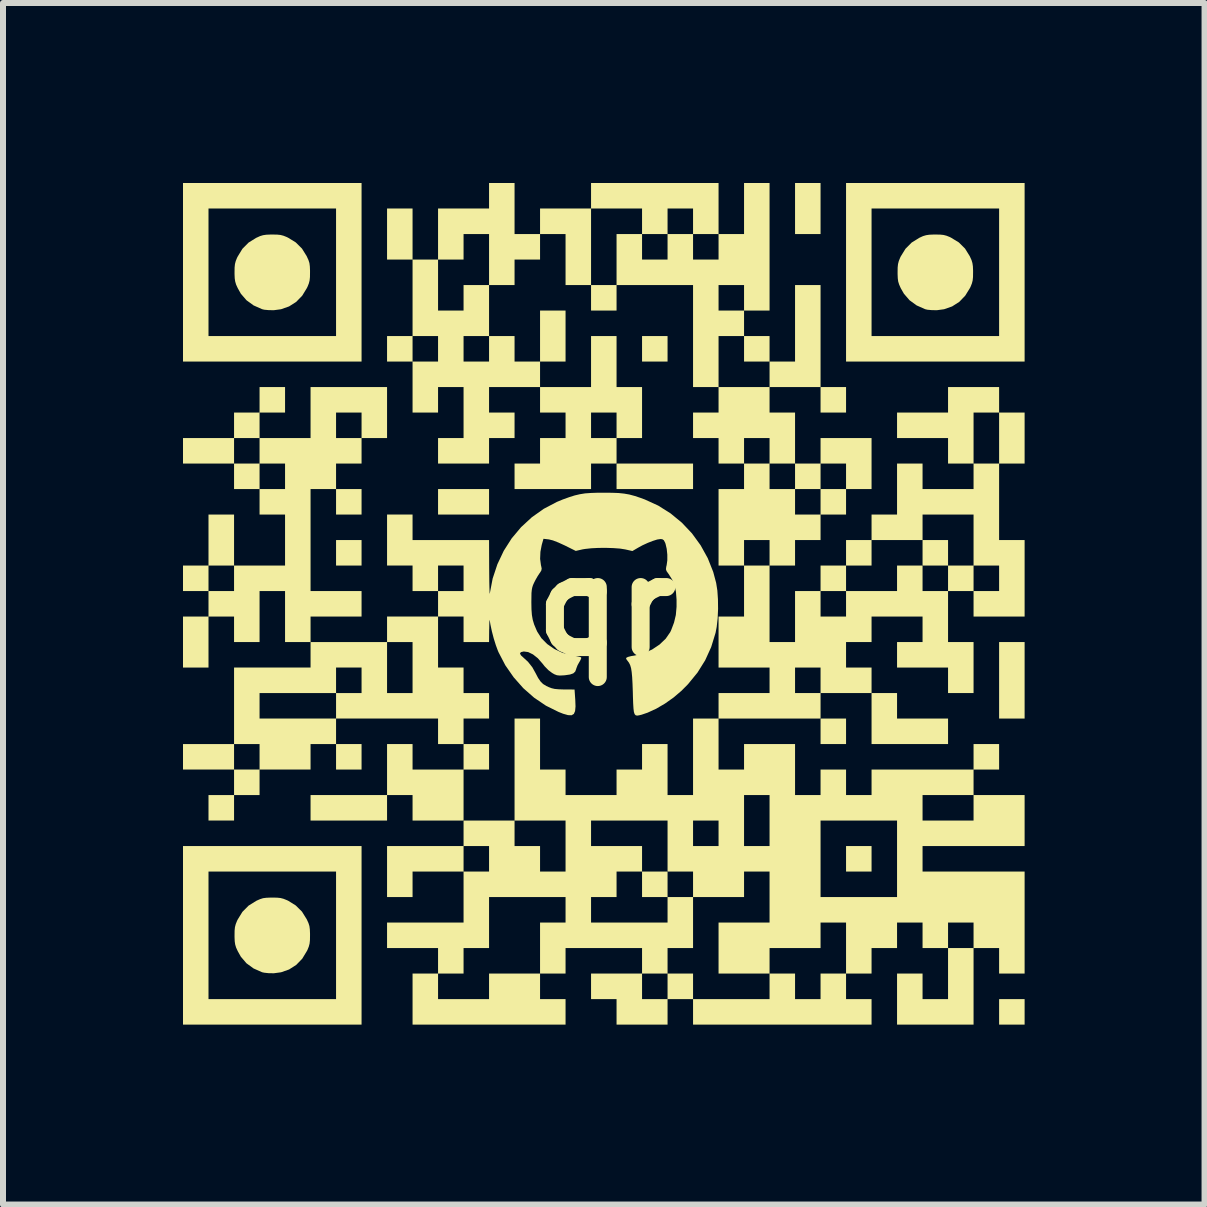
<source format=kicad_pcb>
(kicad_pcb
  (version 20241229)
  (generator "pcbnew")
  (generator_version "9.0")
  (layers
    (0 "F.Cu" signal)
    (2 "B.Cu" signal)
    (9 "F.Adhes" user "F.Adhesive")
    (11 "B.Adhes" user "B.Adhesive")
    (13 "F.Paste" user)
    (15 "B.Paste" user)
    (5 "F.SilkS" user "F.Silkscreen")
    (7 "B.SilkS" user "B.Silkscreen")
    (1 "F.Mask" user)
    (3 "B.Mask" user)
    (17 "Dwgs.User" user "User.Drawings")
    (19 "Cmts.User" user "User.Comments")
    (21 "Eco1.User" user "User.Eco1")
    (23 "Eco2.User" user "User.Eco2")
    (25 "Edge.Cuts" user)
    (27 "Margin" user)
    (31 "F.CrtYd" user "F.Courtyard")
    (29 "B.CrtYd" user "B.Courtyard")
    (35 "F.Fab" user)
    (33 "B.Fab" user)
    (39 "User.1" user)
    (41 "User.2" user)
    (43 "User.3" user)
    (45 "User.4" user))
  (footprint "qr"
    (layer "F.Cu")
    (at 7.056 7.056)
    (property "Reference" "qr" (at 0 0 0) (layer "F.SilkS") (effects (font (size 1.5 1.5) (thickness 0.3))))
    (attr board_only exclude_from_pos_files exclude_from_bom)
    (fp_poly (pts (xy -4.08 -1.743) (xy -4.08 -1.53) (xy -4.293 -1.53) (xy -4.505 -1.53) (xy -4.505 -1.743) (xy -4.505 -1.955) (xy -4.293 -1.955) (xy -4.08 -1.955)) (stroke (width 0) (type solid)) (fill yes) (layer "F.SilkS"))
    (fp_poly (pts (xy -4.08 -0.893) (xy -4.08 -0.68) (xy -4.293 -0.68) (xy -4.505 -0.68) (xy -4.505 -0.893) (xy -4.505 -1.105) (xy -4.293 -1.105) (xy -4.08 -1.105)) (stroke (width 0) (type solid)) (fill yes) (layer "F.SilkS"))
    (fp_poly (pts (xy -4.08 2.508) (xy -4.08 2.72) (xy -4.293 2.72) (xy -4.505 2.72) (xy -4.505 2.508) (xy -4.505 2.295) (xy -4.293 2.295) (xy -4.08 2.295)) (stroke (width 0) (type solid)) (fill yes) (layer "F.SilkS"))
    (fp_poly (pts (xy -1.955 -1.743) (xy -1.955 -1.53) (xy -2.38 -1.53) (xy -2.805 -1.53) (xy -2.805 -1.743) (xy -2.805 -1.955) (xy -2.38 -1.955) (xy -1.955 -1.955)) (stroke (width 0) (type solid)) (fill yes) (layer "F.SilkS"))
    (fp_poly (pts (xy 1.02 -4.293) (xy 1.02 -4.08) (xy 0.808 -4.08) (xy 0.595 -4.08) (xy 0.595 -4.293) (xy 0.595 -4.505) (xy 0.808 -4.505) (xy 1.02 -4.505)) (stroke (width 0) (type solid)) (fill yes) (layer "F.SilkS"))
    (fp_poly (pts (xy 1.02 4.633) (xy 1.02 4.845) (xy 0.808 4.845) (xy 0.595 4.845) (xy 0.595 4.633) (xy 0.595 4.42) (xy 0.808 4.42) (xy 1.02 4.42)) (stroke (width 0) (type solid)) (fill yes) (layer "F.SilkS"))
    (fp_poly (pts (xy 1.445 -2.168) (xy 1.445 -1.955) (xy 0.808 -1.955) (xy 0.17 -1.955) (xy 0.17 -2.168) (xy 0.17 -2.38) (xy 0.808 -2.38) (xy 1.445 -2.38)) (stroke (width 0) (type solid)) (fill yes) (layer "F.SilkS"))
    (fp_poly (pts (xy 3.57 -6.631) (xy 3.57 -6.205) (xy 3.358 -6.205) (xy 3.145 -6.205) (xy 3.145 -6.631) (xy 3.145 -7.056) (xy 3.358 -7.056) (xy 3.57 -7.056)) (stroke (width 0) (type solid)) (fill yes) (layer "F.SilkS"))
    (fp_poly (pts (xy 3.995 -3.443) (xy 3.995 -3.23) (xy 3.783 -3.23) (xy 3.57 -3.23) (xy 3.57 -3.443) (xy 3.57 -3.655) (xy 3.783 -3.655) (xy 3.995 -3.655)) (stroke (width 0) (type solid)) (fill yes) (layer "F.SilkS"))
    (fp_poly (pts (xy 3.995 2.083) (xy 3.995 2.295) (xy 3.783 2.295) (xy 3.57 2.295) (xy 3.57 2.083) (xy 3.57 1.87) (xy 3.783 1.87) (xy 3.995 1.87)) (stroke (width 0) (type solid)) (fill yes) (layer "F.SilkS"))
    (fp_poly (pts (xy 4.42 4.208) (xy 4.42 4.42) (xy 4.208 4.42) (xy 3.995 4.42) (xy 3.995 4.208) (xy 3.995 3.995) (xy 4.208 3.995) (xy 4.42 3.995)) (stroke (width 0) (type solid)) (fill yes) (layer "F.SilkS"))
    (fp_poly (pts (xy 5.695 -0.893) (xy 5.695 -0.68) (xy 5.483 -0.68) (xy 5.27 -0.68) (xy 5.27 -0.893) (xy 5.27 -1.105) (xy 5.483 -1.105) (xy 5.695 -1.105)) (stroke (width 0) (type solid)) (fill yes) (layer "F.SilkS"))
    (fp_poly (pts (xy 6.971 1.233) (xy 6.971 1.87) (xy 6.758 1.87) (xy 6.546 1.87) (xy 6.546 1.233) (xy 6.546 0.595) (xy 6.758 0.595) (xy 6.971 0.595)) (stroke (width 0) (type solid)) (fill yes) (layer "F.SilkS"))
    (fp_poly (pts (xy 6.971 6.758) (xy 6.971 6.971) (xy 6.758 6.971) (xy 6.546 6.971) (xy 6.546 6.758) (xy 6.546 6.546) (xy 6.758 6.546) (xy 6.971 6.546)) (stroke (width 0) (type solid)) (fill yes) (layer "F.SilkS"))
    (fp_poly (pts (xy 4.845 1.658) (xy 4.845 1.87) (xy 5.27 1.87) (xy 5.695 1.87) (xy 5.695 2.083) (xy 5.695 2.295) (xy 5.058 2.295) (xy 4.42 2.295) (xy 4.42 1.87) (xy 4.42 1.445) (xy 4.633 1.445) (xy 4.845 1.445)) (stroke (width 0) (type solid)) (fill yes) (layer "F.SilkS"))
    (fp_poly (pts (xy -4.08 -5.568) (xy -4.08 -4.08) (xy -5.568 -4.08) (xy -7.056 -4.08) (xy -7.056 -5.568) (xy -7.056 -6.631) (xy -6.631 -6.631) (xy -6.631 -5.568) (xy -6.631 -4.505) (xy -5.568 -4.505) (xy -4.505 -4.505) (xy -4.505 -5.568) (xy -4.505 -6.631) (xy -5.568 -6.631) (xy -6.631 -6.631) (xy -7.056 -6.631) (xy -7.056 -7.056) (xy -5.568 -7.056) (xy -4.08 -7.056)) (stroke (width 0) (type solid)) (fill yes) (layer "F.SilkS"))
    (fp_poly (pts (xy -4.08 5.483) (xy -4.08 6.971) (xy -5.568 6.971) (xy -7.056 6.971) (xy -7.056 5.483) (xy -7.056 4.42) (xy -6.631 4.42) (xy -6.631 5.483) (xy -6.631 6.546) (xy -5.568 6.546) (xy -4.505 6.546) (xy -4.505 5.483) (xy -4.505 4.42) (xy -5.568 4.42) (xy -6.631 4.42) (xy -7.056 4.42) (xy -7.056 3.995) (xy -5.568 3.995) (xy -4.08 3.995)) (stroke (width 0) (type solid)) (fill yes) (layer "F.SilkS"))
    (fp_poly (pts (xy 6.971 -5.568) (xy 6.971 -4.08) (xy 5.483 -4.08) (xy 3.995 -4.08) (xy 3.995 -5.568) (xy 3.995 -6.631) (xy 4.42 -6.631) (xy 4.42 -5.568) (xy 4.42 -4.505) (xy 5.483 -4.505) (xy 6.546 -4.505) (xy 6.546 -5.568) (xy 6.546 -6.631) (xy 5.483 -6.631) (xy 4.42 -6.631) (xy 3.995 -6.631) (xy 3.995 -7.056) (xy 5.483 -7.056) (xy 6.971 -7.056)) (stroke (width 0) (type solid)) (fill yes) (layer "F.SilkS"))
    (fp_poly (pts (xy -5.489 -6.196) (xy -5.431 -6.19) (xy -5.381 -6.177) (xy -5.326 -6.155) (xy -5.304 -6.144) (xy -5.177 -6.066) (xy -5.073 -5.963) (xy -4.994 -5.836) (xy -4.992 -5.831) (xy -4.965 -5.772) (xy -4.949 -5.722) (xy -4.942 -5.668) (xy -4.939 -5.598) (xy -4.939 -5.568) (xy -4.94 -5.489) (xy -4.946 -5.431) (xy -4.959 -5.381) (xy -4.981 -5.326) (xy -4.992 -5.304) (xy -5.069 -5.178) (xy -5.169 -5.075) (xy -5.288 -4.999) (xy -5.422 -4.952) (xy -5.541 -4.936) (xy -5.626 -4.937) (xy -5.701 -4.944) (xy -5.738 -4.953) (xy -5.88 -5.016) (xy -5.998 -5.102) (xy -6.092 -5.211) (xy -6.144 -5.304) (xy -6.171 -5.363) (xy -6.186 -5.414) (xy -6.194 -5.467) (xy -6.197 -5.538) (xy -6.197 -5.568) (xy -6.196 -5.647) (xy -6.19 -5.705) (xy -6.177 -5.755) (xy -6.155 -5.81) (xy -6.144 -5.831) (xy -6.066 -5.959) (xy -5.963 -6.063) (xy -5.836 -6.142) (xy -5.831 -6.144) (xy -5.772 -6.171) (xy -5.722 -6.186) (xy -5.668 -6.194) (xy -5.598 -6.197) (xy -5.568 -6.197)) (stroke (width 0) (type solid)) (fill yes) (layer "F.SilkS"))
    (fp_poly (pts (xy -5.489 4.855) (xy -5.431 4.861) (xy -5.381 4.874) (xy -5.326 4.896) (xy -5.304 4.906) (xy -5.177 4.985) (xy -5.073 5.088) (xy -4.994 5.215) (xy -4.992 5.219) (xy -4.965 5.278) (xy -4.949 5.329) (xy -4.942 5.382) (xy -4.939 5.453) (xy -4.939 5.483) (xy -4.94 5.562) (xy -4.946 5.62) (xy -4.959 5.67) (xy -4.981 5.725) (xy -4.992 5.746) (xy -5.069 5.873) (xy -5.169 5.976) (xy -5.288 6.052) (xy -5.422 6.099) (xy -5.541 6.115) (xy -5.626 6.114) (xy -5.701 6.106) (xy -5.738 6.098) (xy -5.88 6.035) (xy -5.998 5.949) (xy -6.092 5.839) (xy -6.144 5.746) (xy -6.171 5.687) (xy -6.186 5.637) (xy -6.194 5.583) (xy -6.197 5.513) (xy -6.197 5.483) (xy -6.196 5.404) (xy -6.19 5.346) (xy -6.177 5.296) (xy -6.155 5.241) (xy -6.144 5.219) (xy -6.066 5.092) (xy -5.963 4.988) (xy -5.836 4.909) (xy -5.831 4.906) (xy -5.772 4.88) (xy -5.722 4.864) (xy -5.668 4.857) (xy -5.598 4.854) (xy -5.568 4.854)) (stroke (width 0) (type solid)) (fill yes) (layer "F.SilkS"))
    (fp_poly (pts (xy 5.562 -6.196) (xy 5.62 -6.19) (xy 5.67 -6.177) (xy 5.725 -6.155) (xy 5.746 -6.144) (xy 5.874 -6.066) (xy 5.978 -5.963) (xy 6.057 -5.836) (xy 6.059 -5.831) (xy 6.086 -5.772) (xy 6.101 -5.722) (xy 6.109 -5.668) (xy 6.112 -5.598) (xy 6.112 -5.568) (xy 6.111 -5.489) (xy 6.105 -5.431) (xy 6.092 -5.381) (xy 6.07 -5.326) (xy 6.059 -5.304) (xy 5.981 -5.178) (xy 5.882 -5.075) (xy 5.763 -4.999) (xy 5.629 -4.952) (xy 5.51 -4.936) (xy 5.425 -4.937) (xy 5.35 -4.944) (xy 5.313 -4.953) (xy 5.171 -5.016) (xy 5.053 -5.102) (xy 4.959 -5.211) (xy 4.906 -5.304) (xy 4.88 -5.363) (xy 4.864 -5.414) (xy 4.857 -5.467) (xy 4.854 -5.538) (xy 4.854 -5.568) (xy 4.855 -5.647) (xy 4.861 -5.705) (xy 4.874 -5.755) (xy 4.896 -5.81) (xy 4.906 -5.831) (xy 4.985 -5.959) (xy 5.088 -6.063) (xy 5.215 -6.142) (xy 5.219 -6.144) (xy 5.278 -6.171) (xy 5.329 -6.186) (xy 5.382 -6.194) (xy 5.453 -6.197) (xy 5.483 -6.197)) (stroke (width 0) (type solid)) (fill yes) (layer "F.SilkS"))
    (fp_poly (pts (xy -5.355 -3.443) (xy -5.355 -3.23) (xy -5.568 -3.23) (xy -5.78 -3.23) (xy -5.78 -3.018) (xy -5.78 -2.805) (xy -5.355 -2.805) (xy -4.93 -2.805) (xy -4.93 -3.23) (xy -4.505 -3.23) (xy -4.505 -3.018) (xy -4.505 -2.805) (xy -4.293 -2.805) (xy -4.08 -2.805) (xy -4.08 -3.018) (xy -4.08 -3.23) (xy -4.293 -3.23) (xy -4.505 -3.23) (xy -4.93 -3.23) (xy -4.93 -3.655) (xy -4.293 -3.655) (xy -3.655 -3.655) (xy -3.655 -3.23) (xy -3.655 -2.805) (xy -3.868 -2.805) (xy -4.08 -2.805) (xy -4.08 -2.593) (xy -4.08 -2.38) (xy -4.293 -2.38) (xy -4.505 -2.38) (xy -4.505 -2.168) (xy -4.505 -1.955) (xy -4.718 -1.955) (xy -4.93 -1.955) (xy -4.93 -1.105) (xy -4.93 -0.255) (xy -4.505 -0.255) (xy -4.08 -0.255) (xy -4.08 -0.043) (xy -4.08 0.17) (xy -4.505 0.17) (xy -4.93 0.17) (xy -4.93 0.383) (xy -4.93 0.595) (xy -4.293 0.595) (xy -3.655 0.595) (xy -3.655 1.02) (xy -3.655 1.445) (xy -3.443 1.445) (xy -3.23 1.445) (xy -3.23 1.02) (xy -3.23 0.595) (xy -3.443 0.595) (xy -3.655 0.595) (xy -3.655 0.383) (xy -3.655 0.17) (xy -3.23 0.17) (xy -2.805 0.17) (xy -2.805 -0.043) (xy -2.805 -0.255) (xy -3.018 -0.255) (xy -3.23 -0.255) (xy -3.23 -0.468) (xy -3.23 -0.68) (xy -2.805 -0.68) (xy -2.805 -0.468) (xy -2.805 -0.255) (xy -2.593 -0.255) (xy -2.38 -0.255) (xy -2.38 -0.468) (xy -2.38 -0.68) (xy -2.593 -0.68) (xy -2.805 -0.68) (xy -3.23 -0.68) (xy -3.443 -0.68) (xy -3.655 -0.68) (xy -3.655 -1.105) (xy -3.655 -1.53) (xy -3.443 -1.53) (xy -3.23 -1.53) (xy -3.23 -1.318) (xy -3.23 -1.105) (xy -2.593 -1.105) (xy -1.955 -1.105) (xy -1.953 -0.633) (xy -1.952 -0.514) (xy -1.951 -0.409) (xy -1.949 -0.322) (xy -1.947 -0.258) (xy -1.946 -0.219) (xy -1.944 -0.211) (xy -1.943 -0.213) (xy -1.895 -0.464) (xy -1.816 -0.702) (xy -1.71 -0.926) (xy -1.578 -1.133) (xy -1.421 -1.32) (xy -1.242 -1.485) (xy -1.043 -1.626) (xy -0.824 -1.741) (xy -0.727 -1.781) (xy -0.619 -1.82) (xy -0.527 -1.849) (xy -0.441 -1.869) (xy -0.354 -1.883) (xy -0.256 -1.89) (xy -0.139 -1.894) (xy -0.043 -1.894) (xy 0.093 -1.893) (xy 0.203 -1.889) (xy 0.297 -1.879) (xy 0.383 -1.864) (xy 0.469 -1.841) (xy 0.566 -1.809) (xy 0.642 -1.781) (xy 0.865 -1.679) (xy 1.071 -1.549) (xy 1.259 -1.394) (xy 1.427 -1.216) (xy 1.571 -1.018) (xy 1.69 -0.803) (xy 1.781 -0.574) (xy 1.83 -0.391) (xy 1.85 -0.264) (xy 1.86 -0.116) (xy 1.862 0.042) (xy 1.855 0.199) (xy 1.839 0.343) (xy 1.82 0.442) (xy 1.747 0.679) (xy 1.647 0.899) (xy 1.519 1.104) (xy 1.361 1.297) (xy 1.252 1.407) (xy 1.122 1.518) (xy 0.978 1.62) (xy 0.831 1.706) (xy 0.687 1.772) (xy 0.587 1.806) (xy 0.545 1.816) (xy 0.512 1.821) (xy 0.488 1.815) (xy 0.471 1.796) (xy 0.459 1.759) (xy 0.452 1.702) (xy 0.447 1.62) (xy 0.443 1.51) (xy 0.441 1.426) (xy 0.436 1.288) (xy 0.43 1.179) (xy 0.422 1.094) (xy 0.412 1.03) (xy 0.397 0.98) (xy 0.378 0.941) (xy 0.353 0.907) (xy 0.345 0.897) (xy 0.329 0.874) (xy 0.333 0.857) (xy 0.36 0.843) (xy 0.413 0.829) (xy 0.475 0.819) (xy 0.624 0.781) (xy 0.763 0.719) (xy 0.886 0.637) (xy 0.989 0.539) (xy 1.065 0.429) (xy 1.08 0.397) (xy 1.128 0.27) (xy 1.158 0.144) (xy 1.17 0.007) (xy 1.17 -0.111) (xy 1.16 -0.242) (xy 1.136 -0.351) (xy 1.096 -0.447) (xy 1.038 -0.539) (xy 1.029 -0.551) (xy 1.003 -0.588) (xy 0.993 -0.619) (xy 0.998 -0.659) (xy 1.005 -0.688) (xy 1.016 -0.767) (xy 1.016 -0.862) (xy 1.006 -0.958) (xy 0.987 -1.04) (xy 0.98 -1.06) (xy 0.958 -1.102) (xy 0.932 -1.119) (xy 0.901 -1.122) (xy 0.848 -1.114) (xy 0.775 -1.091) (xy 0.69 -1.058) (xy 0.601 -1.017) (xy 0.528 -0.977) (xy 0.434 -0.922) (xy 0.315 -0.949) (xy 0.227 -0.963) (xy 0.116 -0.971) (xy -0.007 -0.975) (xy -0.134 -0.974) (xy -0.252 -0.968) (xy -0.353 -0.957) (xy -0.396 -0.95) (xy -0.51 -0.924) (xy -0.693 -1.015) (xy -0.8 -1.064) (xy -0.89 -1.099) (xy -0.959 -1.116) (xy -0.962 -1.116) (xy -1.048 -1.126) (xy -1.077 -1.025) (xy -1.099 -0.909) (xy -1.104 -0.791) (xy -1.09 -0.686) (xy -1.087 -0.675) (xy -1.078 -0.63) (xy -1.084 -0.597) (xy -1.108 -0.558) (xy -1.114 -0.551) (xy -1.146 -0.502) (xy -1.182 -0.439) (xy -1.204 -0.395) (xy -1.223 -0.353) (xy -1.235 -0.315) (xy -1.243 -0.273) (xy -1.248 -0.22) (xy -1.249 -0.146) (xy -1.25 -0.068) (xy -1.248 0.05) (xy -1.241 0.144) (xy -1.227 0.224) (xy -1.204 0.301) (xy -1.169 0.384) (xy -1.153 0.42) (xy -1.083 0.53) (xy -0.986 0.628) (xy -0.868 0.71) (xy -0.732 0.774) (xy -0.586 0.815) (xy -0.561 0.819) (xy -0.498 0.83) (xy -0.448 0.841) (xy -0.421 0.85) (xy -0.42 0.851) (xy -0.42 0.87) (xy -0.437 0.906) (xy -0.449 0.926) (xy -0.479 0.979) (xy -0.5 1.033) (xy -0.503 1.045) (xy -0.519 1.087) (xy -0.551 1.117) (xy -0.606 1.136) (xy -0.689 1.148) (xy -0.713 1.15) (xy -0.778 1.153) (xy -0.824 1.148) (xy -0.866 1.132) (xy -0.904 1.11) (xy -0.964 1.065) (xy -1.028 1) (xy -1.066 0.952) (xy -1.142 0.865) (xy -1.223 0.801) (xy -1.303 0.762) (xy -1.376 0.752) (xy -1.424 0.763) (xy -1.44 0.785) (xy -1.423 0.817) (xy -1.401 0.837) (xy -1.306 0.924) (xy -1.234 1.015) (xy -1.18 1.112) (xy -1.137 1.194) (xy -1.097 1.252) (xy -1.055 1.294) (xy -1.001 1.327) (xy -0.963 1.345) (xy -0.913 1.364) (xy -0.862 1.376) (xy -0.798 1.382) (xy -0.712 1.385) (xy -0.703 1.385) (xy -0.53 1.386) (xy -0.518 1.56) (xy -0.514 1.668) (xy -0.521 1.745) (xy -0.542 1.793) (xy -0.58 1.815) (xy -0.638 1.813) (xy -0.72 1.79) (xy -0.796 1.76) (xy -1.006 1.656) (xy -1.203 1.523) (xy -1.384 1.364) (xy -1.545 1.182) (xy -1.684 0.982) (xy -1.796 0.767) (xy -1.808 0.739) (xy -1.842 0.647) (xy -1.877 0.535) (xy -1.908 0.416) (xy -1.932 0.304) (xy -1.944 0.23) (xy -1.946 0.226) (xy -1.949 0.251) (xy -1.951 0.302) (xy -1.952 0.373) (xy -1.953 0.387) (xy -1.955 0.595) (xy -2.168 0.595) (xy -2.38 0.595) (xy -2.38 0.383) (xy -2.38 0.17) (xy -2.593 0.17) (xy -2.805 0.17) (xy -2.805 0.595) (xy -2.805 1.02) (xy -2.593 1.02) (xy -2.38 1.02) (xy -2.38 1.233) (xy -2.38 1.445) (xy -2.168 1.445) (xy -1.955 1.445) (xy -1.955 1.658) (xy -1.955 1.87) (xy -2.168 1.87) (xy -2.38 1.87) (xy -2.38 2.083) (xy -2.38 2.295) (xy -2.593 2.295) (xy -2.805 2.295) (xy -2.805 2.083) (xy -2.805 1.87) (xy -3.655 1.87) (xy -4.505 1.87) (xy -4.505 2.083) (xy -4.505 2.295) (xy -4.718 2.295) (xy -4.93 2.295) (xy -4.93 2.508) (xy -4.93 2.72) (xy -5.355 2.72) (xy -5.78 2.72) (xy -5.78 2.933) (xy -5.78 3.145) (xy -5.993 3.145) (xy -6.205 3.145) (xy -6.205 3.358) (xy -6.205 3.57) (xy -6.418 3.57) (xy -6.631 3.57) (xy -6.631 3.358) (xy -6.631 3.145) (xy -6.418 3.145) (xy -6.205 3.145) (xy -6.205 2.933) (xy -6.205 2.72) (xy -6.631 2.72) (xy -7.056 2.72) (xy -7.056 2.508) (xy -7.056 2.295) (xy -6.631 2.295) (xy -6.205 2.295) (xy -6.205 2.508) (xy -6.205 2.72) (xy -5.993 2.72) (xy -5.78 2.72) (xy -5.78 2.508) (xy -5.78 2.295) (xy -5.993 2.295) (xy -6.205 2.295) (xy -6.205 1.87) (xy -5.78 1.87) (xy -5.143 1.87) (xy -4.505 1.87) (xy -4.505 1.658) (xy -4.505 1.445) (xy -4.293 1.445) (xy -4.08 1.445) (xy -4.08 1.233) (xy -4.08 1.02) (xy -4.293 1.02) (xy -4.505 1.02) (xy -4.505 1.233) (xy -4.505 1.445) (xy -5.143 1.445) (xy -5.78 1.445) (xy -5.78 1.658) (xy -5.78 1.87) (xy -6.205 1.87) (xy -6.205 1.658) (xy -6.205 1.02) (xy -5.568 1.02) (xy -4.93 1.02) (xy -4.93 0.808) (xy -4.93 0.595) (xy -5.143 0.595) (xy -5.355 0.595) (xy -5.355 0.17) (xy -5.355 -0.255) (xy -5.568 -0.255) (xy -5.78 -0.255) (xy -5.78 0.17) (xy -5.78 0.595) (xy -5.993 0.595) (xy -6.205 0.595) (xy -6.205 0.383) (xy -6.205 0.17) (xy -6.418 0.17) (xy -6.631 0.17) (xy -6.631 0.595) (xy -6.631 1.02) (xy -6.843 1.02) (xy -7.056 1.02) (xy -7.056 0.595) (xy -7.056 0.17) (xy -6.843 0.17) (xy -6.631 0.17) (xy -6.631 -0.043) (xy -6.631 -0.255) (xy -6.843 -0.255) (xy -7.056 -0.255) (xy -7.056 -0.468) (xy -7.056 -0.68) (xy -6.843 -0.68) (xy -6.631 -0.68) (xy -6.631 -0.468) (xy -6.631 -0.255) (xy -6.418 -0.255) (xy -6.205 -0.255) (xy -6.205 -0.468) (xy -6.205 -0.68) (xy -6.418 -0.68) (xy -6.631 -0.68) (xy -6.631 -1.105) (xy -6.631 -1.53) (xy -6.418 -1.53) (xy -6.205 -1.53) (xy -6.205 -1.105) (xy -6.205 -0.68) (xy -5.78 -0.68) (xy -5.355 -0.68) (xy -5.355 -1.105) (xy -5.355 -1.53) (xy -5.568 -1.53) (xy -5.78 -1.53) (xy -5.78 -1.743) (xy -5.78 -1.955) (xy -5.993 -1.955) (xy -6.205 -1.955) (xy -6.205 -2.168) (xy -6.205 -2.38) (xy -6.631 -2.38) (xy -7.056 -2.38) (xy -7.056 -2.593) (xy -7.056 -2.805) (xy -6.631 -2.805) (xy -6.205 -2.805) (xy -6.205 -2.593) (xy -6.205 -2.38) (xy -5.993 -2.38) (xy -5.78 -2.38) (xy -5.78 -2.168) (xy -5.78 -1.955) (xy -5.568 -1.955) (xy -5.355 -1.955) (xy -5.355 -2.168) (xy -5.355 -2.38) (xy -5.568 -2.38) (xy -5.78 -2.38) (xy -5.78 -2.593) (xy -5.78 -2.805) (xy -5.993 -2.805) (xy -6.205 -2.805) (xy -6.205 -3.018) (xy -6.205 -3.23) (xy -5.993 -3.23) (xy -5.78 -3.23) (xy -5.78 -3.443) (xy -5.78 -3.655) (xy -5.568 -3.655) (xy -5.355 -3.655)) (stroke (width 0) (type solid)) (fill yes) (layer "F.SilkS"))
    (fp_poly (pts (xy -1.53 -6.631) (xy -1.53 -6.205) (xy -1.318 -6.205) (xy -1.105 -6.205) (xy -1.105 -6.418) (xy -1.105 -6.631) (xy -0.68 -6.631) (xy -0.255 -6.631) (xy -0.255 -5.993) (xy -0.255 -5.355) (xy -0.043 -5.355) (xy 0.17 -5.355) (xy 0.17 -5.78) (xy 0.17 -6.205) (xy 0.383 -6.205) (xy 0.595 -6.205) (xy 0.595 -5.993) (xy 0.595 -5.78) (xy 0.808 -5.78) (xy 1.02 -5.78) (xy 1.02 -5.993) (xy 1.02 -6.205) (xy 1.233 -6.205) (xy 1.445 -6.205) (xy 1.445 -5.993) (xy 1.445 -5.78) (xy 1.658 -5.78) (xy 1.87 -5.78) (xy 1.87 -5.993) (xy 1.87 -6.205) (xy 1.658 -6.205) (xy 1.445 -6.205) (xy 1.445 -6.418) (xy 1.445 -6.631) (xy 1.233 -6.631) (xy 1.02 -6.631) (xy 1.02 -6.418) (xy 1.02 -6.205) (xy 0.808 -6.205) (xy 0.595 -6.205) (xy 0.595 -6.418) (xy 0.595 -6.631) (xy 0.17 -6.631) (xy -0.255 -6.631) (xy -0.255 -6.843) (xy -0.255 -7.056) (xy 0.808 -7.056) (xy 1.87 -7.056) (xy 1.87 -6.631) (xy 1.87 -6.205) (xy 2.083 -6.205) (xy 2.295 -6.205) (xy 2.295 -6.631) (xy 2.295 -7.056) (xy 2.508 -7.056) (xy 2.72 -7.056) (xy 2.72 -5.993) (xy 2.72 -4.93) (xy 2.508 -4.93) (xy 2.295 -4.93) (xy 2.295 -4.718) (xy 2.295 -4.505) (xy 2.083 -4.505) (xy 1.87 -4.505) (xy 1.87 -4.08) (xy 1.87 -3.655) (xy 2.295 -3.655) (xy 2.72 -3.655) (xy 2.72 -3.868) (xy 2.72 -4.08) (xy 2.508 -4.08) (xy 2.295 -4.08) (xy 2.295 -4.293) (xy 2.295 -4.505) (xy 2.508 -4.505) (xy 2.72 -4.505) (xy 2.72 -4.293) (xy 2.72 -4.08) (xy 2.933 -4.08) (xy 3.145 -4.08) (xy 3.145 -4.718) (xy 3.145 -5.355) (xy 3.358 -5.355) (xy 3.57 -5.355) (xy 3.57 -4.505) (xy 3.57 -3.655) (xy 3.145 -3.655) (xy 2.72 -3.655) (xy 2.72 -3.443) (xy 2.72 -3.23) (xy 2.933 -3.23) (xy 3.145 -3.23) (xy 3.145 -2.805) (xy 3.145 -2.38) (xy 3.358 -2.38) (xy 3.57 -2.38) (xy 3.57 -2.593) (xy 3.57 -2.805) (xy 3.995 -2.805) (xy 4.42 -2.805) (xy 4.42 -2.38) (xy 4.42 -1.955) (xy 4.208 -1.955) (xy 3.995 -1.955) (xy 3.995 -1.743) (xy 3.995 -1.53) (xy 3.783 -1.53) (xy 3.57 -1.53) (xy 3.57 -1.318) (xy 3.57 -1.105) (xy 3.358 -1.105) (xy 3.145 -1.105) (xy 3.145 -0.893) (xy 3.145 -0.68) (xy 2.933 -0.68) (xy 2.72 -0.68) (xy 2.72 -0.043) (xy 2.72 0.595) (xy 2.933 0.595) (xy 3.145 0.595) (xy 3.145 0.17) (xy 3.57 0.17) (xy 3.783 0.17) (xy 3.995 0.17) (xy 3.995 -0.043) (xy 3.995 -0.255) (xy 4.42 -0.255) (xy 4.845 -0.255) (xy 4.845 -0.468) (xy 4.845 -0.68) (xy 5.058 -0.68) (xy 5.27 -0.68) (xy 5.27 -0.468) (xy 5.27 -0.255) (xy 5.483 -0.255) (xy 5.695 -0.255) (xy 5.695 -0.468) (xy 5.695 -0.68) (xy 5.908 -0.68) (xy 6.12 -0.68) (xy 6.12 -0.468) (xy 6.12 -0.255) (xy 6.333 -0.255) (xy 6.546 -0.255) (xy 6.546 -0.468) (xy 6.546 -0.68) (xy 6.333 -0.68) (xy 6.12 -0.68) (xy 6.12 -1.105) (xy 6.12 -1.53) (xy 5.695 -1.53) (xy 5.27 -1.53) (xy 5.27 -1.318) (xy 5.27 -1.105) (xy 4.845 -1.105) (xy 4.42 -1.105) (xy 4.42 -0.893) (xy 4.42 -0.68) (xy 4.208 -0.68) (xy 3.995 -0.68) (xy 3.995 -0.468) (xy 3.995 -0.255) (xy 3.783 -0.255) (xy 3.57 -0.255) (xy 3.57 -0.043) (xy 3.57 0.17) (xy 3.145 0.17) (xy 3.145 -0.255) (xy 3.358 -0.255) (xy 3.57 -0.255) (xy 3.57 -0.468) (xy 3.57 -0.68) (xy 3.783 -0.68) (xy 3.995 -0.68) (xy 3.995 -0.893) (xy 3.995 -1.105) (xy 4.208 -1.105) (xy 4.42 -1.105) (xy 4.42 -1.318) (xy 4.42 -1.53) (xy 4.633 -1.53) (xy 4.845 -1.53) (xy 4.845 -1.955) (xy 4.845 -2.38) (xy 5.058 -2.38) (xy 5.27 -2.38) (xy 5.27 -2.168) (xy 5.27 -1.955) (xy 5.695 -1.955) (xy 6.12 -1.955) (xy 6.12 -2.168) (xy 6.12 -2.38) (xy 5.908 -2.38) (xy 5.695 -2.38) (xy 5.695 -2.593) (xy 5.695 -2.805) (xy 5.27 -2.805) (xy 4.845 -2.805) (xy 4.845 -3.018) (xy 4.845 -3.23) (xy 5.27 -3.23) (xy 5.695 -3.23) (xy 5.695 -3.443) (xy 5.695 -3.655) (xy 6.12 -3.655) (xy 6.546 -3.655) (xy 6.546 -3.443) (xy 6.546 -3.23) (xy 6.333 -3.23) (xy 6.12 -3.23) (xy 6.12 -2.805) (xy 6.12 -2.38) (xy 6.333 -2.38) (xy 6.546 -2.38) (xy 6.546 -2.805) (xy 6.546 -3.23) (xy 6.758 -3.23) (xy 6.971 -3.23) (xy 6.971 -2.805) (xy 6.971 -2.38) (xy 6.758 -2.38) (xy 6.546 -2.38) (xy 6.546 -1.743) (xy 6.546 -1.105) (xy 6.758 -1.105) (xy 6.971 -1.105) (xy 6.971 -0.468) (xy 6.971 0.17) (xy 6.546 0.17) (xy 6.12 0.17) (xy 6.12 -0.043) (xy 6.12 -0.255) (xy 5.908 -0.255) (xy 5.695 -0.255) (xy 5.695 0.17) (xy 5.695 0.595) (xy 5.908 0.595) (xy 6.12 0.595) (xy 6.12 1.02) (xy 6.12 1.445) (xy 5.908 1.445) (xy 5.695 1.445) (xy 5.695 1.233) (xy 5.695 1.02) (xy 5.27 1.02) (xy 4.845 1.02) (xy 4.845 0.808) (xy 4.845 0.595) (xy 5.058 0.595) (xy 5.27 0.595) (xy 5.27 0.383) (xy 5.27 0.17) (xy 4.845 0.17) (xy 4.42 0.17) (xy 4.42 0.383) (xy 4.42 0.595) (xy 4.208 0.595) (xy 3.995 0.595) (xy 3.995 0.808) (xy 3.995 1.02) (xy 4.208 1.02) (xy 4.42 1.02) (xy 4.42 1.233) (xy 4.42 1.445) (xy 3.995 1.445) (xy 3.57 1.445) (xy 3.57 1.658) (xy 3.57 1.87) (xy 2.72 1.87) (xy 1.87 1.87) (xy 1.87 2.295) (xy 1.87 2.72) (xy 2.083 2.72) (xy 2.295 2.72) (xy 2.295 2.508) (xy 2.295 2.295) (xy 2.72 2.295) (xy 3.145 2.295) (xy 3.145 2.72) (xy 3.145 3.145) (xy 3.358 3.145) (xy 3.57 3.145) (xy 3.57 2.933) (xy 3.57 2.72) (xy 3.783 2.72) (xy 3.995 2.72) (xy 3.995 2.933) (xy 3.995 3.145) (xy 4.208 3.145) (xy 4.42 3.145) (xy 4.42 2.933) (xy 4.42 2.72) (xy 5.27 2.72) (xy 6.12 2.72) (xy 6.12 2.508) (xy 6.12 2.295) (xy 6.333 2.295) (xy 6.546 2.295) (xy 6.546 2.508) (xy 6.546 2.72) (xy 6.333 2.72) (xy 6.12 2.72) (xy 6.12 2.933) (xy 6.12 3.145) (xy 5.695 3.145) (xy 5.27 3.145) (xy 5.27 3.358) (xy 5.27 3.57) (xy 5.695 3.57) (xy 6.12 3.57) (xy 6.12 3.358) (xy 6.12 3.145) (xy 6.546 3.145) (xy 6.971 3.145) (xy 6.971 3.57) (xy 6.971 3.995) (xy 6.12 3.995) (xy 5.27 3.995) (xy 5.27 4.208) (xy 5.27 4.42) (xy 6.12 4.42) (xy 6.971 4.42) (xy 6.971 5.27) (xy 6.971 6.12) (xy 6.758 6.12) (xy 6.546 6.12) (xy 6.546 5.908) (xy 6.546 5.695) (xy 6.333 5.695) (xy 6.12 5.695) (xy 6.12 6.333) (xy 6.12 6.971) (xy 5.483 6.971) (xy 4.845 6.971) (xy 4.845 6.546) (xy 4.845 6.12) (xy 5.058 6.12) (xy 5.27 6.12) (xy 5.27 6.333) (xy 5.27 6.546) (xy 5.483 6.546) (xy 5.695 6.546) (xy 5.695 6.12) (xy 5.695 5.695) (xy 5.483 5.695) (xy 5.27 5.695) (xy 5.27 5.483) (xy 5.27 5.27) (xy 5.695 5.27) (xy 5.695 5.483) (xy 5.695 5.695) (xy 5.908 5.695) (xy 6.12 5.695) (xy 6.12 5.483) (xy 6.12 5.27) (xy 5.908 5.27) (xy 5.695 5.27) (xy 5.27 5.27) (xy 5.058 5.27) (xy 4.845 5.27) (xy 4.845 5.483) (xy 4.845 5.695) (xy 4.633 5.695) (xy 4.42 5.695) (xy 4.42 5.908) (xy 4.42 6.12) (xy 4.208 6.12) (xy 3.995 6.12) (xy 3.995 6.333) (xy 3.995 6.546) (xy 4.208 6.546) (xy 4.42 6.546) (xy 4.42 6.758) (xy 4.42 6.971) (xy 2.933 6.971) (xy 1.445 6.971) (xy 1.445 6.758) (xy 1.445 6.546) (xy 1.233 6.546) (xy 1.02 6.546) (xy 1.02 6.758) (xy 1.02 6.971) (xy 0.595 6.971) (xy 0.17 6.971) (xy 0.17 6.758) (xy 0.17 6.546) (xy -0.043 6.546) (xy -0.255 6.546) (xy -0.255 6.333) (xy -0.255 6.12) (xy 0.17 6.12) (xy 0.595 6.12) (xy 0.595 5.908) (xy 0.595 5.695) (xy -0.043 5.695) (xy -0.68 5.695) (xy -0.68 5.908) (xy -0.68 6.12) (xy -0.893 6.12) (xy -1.105 6.12) (xy -1.105 6.333) (xy -1.105 6.546) (xy -0.893 6.546) (xy -0.68 6.546) (xy -0.68 6.758) (xy -0.68 6.971) (xy -1.955 6.971) (xy -3.23 6.971) (xy -3.23 6.546) (xy -2.805 6.546) (xy -2.38 6.546) (xy -1.955 6.546) (xy -1.955 6.333) (xy -1.955 6.12) (xy -1.53 6.12) (xy -1.105 6.12) (xy -1.105 5.695) (xy -1.105 5.27) (xy -0.893 5.27) (xy -0.68 5.27) (xy -0.68 5.058) (xy -0.68 4.845) (xy -1.318 4.845) (xy -1.955 4.845) (xy -1.955 5.27) (xy -1.955 5.695) (xy -2.168 5.695) (xy -2.38 5.695) (xy -2.38 5.908) (xy -2.38 6.12) (xy -2.593 6.12) (xy -2.805 6.12) (xy -2.805 6.333) (xy -2.805 6.546) (xy -3.23 6.546) (xy -3.23 6.12) (xy -3.018 6.12) (xy -2.805 6.12) (xy -2.805 5.908) (xy -2.805 5.695) (xy -3.23 5.695) (xy -3.655 5.695) (xy -3.655 5.483) (xy -3.655 5.27) (xy -3.018 5.27) (xy -2.38 5.27) (xy -2.38 4.845) (xy -2.38 4.42) (xy -2.805 4.42) (xy -3.23 4.42) (xy -3.23 4.633) (xy -3.23 4.845) (xy -3.443 4.845) (xy -3.655 4.845) (xy -3.655 4.42) (xy -3.655 3.995) (xy -3.018 3.995) (xy -2.38 3.995) (xy -2.38 4.208) (xy -2.38 4.42) (xy -2.168 4.42) (xy -1.955 4.42) (xy -1.955 4.208) (xy -1.955 3.995) (xy -2.168 3.995) (xy -2.38 3.995) (xy -2.38 3.783) (xy -2.38 3.57) (xy -2.805 3.57) (xy -3.23 3.57) (xy -3.23 3.358) (xy -3.23 3.145) (xy -3.443 3.145) (xy -3.655 3.145) (xy -3.655 3.358) (xy -3.655 3.57) (xy -4.293 3.57) (xy -4.93 3.57) (xy -4.93 3.358) (xy -4.93 3.145) (xy -4.293 3.145) (xy -3.655 3.145) (xy -3.655 2.72) (xy -3.655 2.295) (xy -3.443 2.295) (xy -3.23 2.295) (xy -3.23 2.508) (xy -3.23 2.72) (xy -2.805 2.72) (xy -2.38 2.72) (xy -2.38 2.508) (xy -2.38 2.295) (xy -2.168 2.295) (xy -1.955 2.295) (xy -1.955 2.508) (xy -1.955 2.72) (xy -2.168 2.72) (xy -2.38 2.72) (xy -2.38 3.145) (xy -2.38 3.57) (xy -1.955 3.57) (xy -1.53 3.57) (xy -1.53 3.783) (xy -1.53 3.995) (xy -1.318 3.995) (xy -1.105 3.995) (xy -1.105 4.208) (xy -1.105 4.42) (xy -0.893 4.42) (xy -0.68 4.42) (xy -0.68 3.995) (xy -0.68 3.57) (xy -0.255 3.57) (xy -0.255 3.783) (xy -0.255 3.995) (xy 0.17 3.995) (xy 0.595 3.995) (xy 0.595 4.208) (xy 0.595 4.42) (xy 0.383 4.42) (xy 0.17 4.42) (xy 0.17 4.633) (xy 0.17 4.845) (xy -0.043 4.845) (xy -0.255 4.845) (xy -0.255 5.058) (xy -0.255 5.27) (xy 0.383 5.27) (xy 1.02 5.27) (xy 1.02 5.058) (xy 1.02 4.845) (xy 1.233 4.845) (xy 1.445 4.845) (xy 1.445 5.27) (xy 1.445 5.695) (xy 1.233 5.695) (xy 1.02 5.695) (xy 1.02 5.908) (xy 1.02 6.12) (xy 0.808 6.12) (xy 0.595 6.12) (xy 0.595 6.333) (xy 0.595 6.546) (xy 0.808 6.546) (xy 1.02 6.546) (xy 1.02 6.333) (xy 1.02 6.12) (xy 1.233 6.12) (xy 1.445 6.12) (xy 1.445 6.333) (xy 1.445 6.546) (xy 2.083 6.546) (xy 2.72 6.546) (xy 2.72 6.333) (xy 2.72 6.12) (xy 2.933 6.12) (xy 3.145 6.12) (xy 3.145 6.333) (xy 3.145 6.546) (xy 3.358 6.546) (xy 3.57 6.546) (xy 3.57 6.333) (xy 3.57 6.12) (xy 3.783 6.12) (xy 3.995 6.12) (xy 3.995 5.695) (xy 3.995 5.27) (xy 3.783 5.27) (xy 3.57 5.27) (xy 3.57 5.483) (xy 3.57 5.695) (xy 3.145 5.695) (xy 2.72 5.695) (xy 2.72 5.908) (xy 2.72 6.12) (xy 2.295 6.12) (xy 1.87 6.12) (xy 1.87 5.695) (xy 1.87 5.27) (xy 2.295 5.27) (xy 2.72 5.27) (xy 2.72 4.845) (xy 2.72 4.42) (xy 2.508 4.42) (xy 2.295 4.42) (xy 2.295 4.633) (xy 2.295 4.845) (xy 1.87 4.845) (xy 1.445 4.845) (xy 1.445 4.633) (xy 1.445 4.42) (xy 1.233 4.42) (xy 1.02 4.42) (xy 1.02 3.995) (xy 1.02 3.57) (xy 1.445 3.57) (xy 1.445 3.783) (xy 1.445 3.995) (xy 1.658 3.995) (xy 1.87 3.995) (xy 1.87 3.783) (xy 1.87 3.57) (xy 1.658 3.57) (xy 1.445 3.57) (xy 1.02 3.57) (xy 0.383 3.57) (xy -0.255 3.57) (xy -0.68 3.57) (xy -1.105 3.57) (xy -1.53 3.57) (xy -1.53 2.72) (xy -1.53 1.87) (xy -1.318 1.87) (xy -1.105 1.87) (xy -1.105 2.295) (xy -1.105 2.72) (xy -0.893 2.72) (xy -0.68 2.72) (xy -0.68 2.933) (xy -0.68 3.145) (xy -0.255 3.145) (xy 0.17 3.145) (xy 0.17 2.933) (xy 0.17 2.72) (xy 0.383 2.72) (xy 0.595 2.72) (xy 0.595 2.508) (xy 0.595 2.295) (xy 0.808 2.295) (xy 1.02 2.295) (xy 1.02 2.72) (xy 1.02 3.145) (xy 1.233 3.145) (xy 1.445 3.145) (xy 2.295 3.145) (xy 2.295 3.57) (xy 2.295 3.995) (xy 2.508 3.995) (xy 2.72 3.995) (xy 2.72 3.57) (xy 3.57 3.57) (xy 3.57 4.208) (xy 3.57 4.845) (xy 4.208 4.845) (xy 4.845 4.845) (xy 4.845 4.208) (xy 4.845 3.57) (xy 4.208 3.57) (xy 3.57 3.57) (xy 2.72 3.57) (xy 2.72 3.145) (xy 2.508 3.145) (xy 2.295 3.145) (xy 1.445 3.145) (xy 1.445 2.508) (xy 1.445 1.87) (xy 1.658 1.87) (xy 1.87 1.87) (xy 1.87 1.658) (xy 1.87 1.445) (xy 2.295 1.445) (xy 2.72 1.445) (xy 2.72 1.233) (xy 2.72 1.02) (xy 3.145 1.02) (xy 3.145 1.233) (xy 3.145 1.445) (xy 3.358 1.445) (xy 3.57 1.445) (xy 3.57 1.233) (xy 3.57 1.02) (xy 3.358 1.02) (xy 3.145 1.02) (xy 2.72 1.02) (xy 2.295 1.02) (xy 1.87 1.02) (xy 1.87 0.595) (xy 1.87 0.17) (xy 2.083 0.17) (xy 2.295 0.17) (xy 2.295 -0.255) (xy 2.295 -0.68) (xy 2.083 -0.68) (xy 1.87 -0.68) (xy 1.87 -1.105) (xy 2.295 -1.105) (xy 2.295 -0.893) (xy 2.295 -0.68) (xy 2.508 -0.68) (xy 2.72 -0.68) (xy 2.72 -0.893) (xy 2.72 -1.105) (xy 2.508 -1.105) (xy 2.295 -1.105) (xy 1.87 -1.105) (xy 1.87 -1.318) (xy 1.87 -1.955) (xy 2.083 -1.955) (xy 2.295 -1.955) (xy 2.295 -2.168) (xy 2.295 -2.38) (xy 2.083 -2.38) (xy 1.87 -2.38) (xy 1.87 -2.593) (xy 1.87 -2.805) (xy 2.295 -2.805) (xy 2.295 -2.593) (xy 2.295 -2.38) (xy 2.508 -2.38) (xy 2.72 -2.38) (xy 2.72 -2.168) (xy 2.72 -1.955) (xy 2.933 -1.955) (xy 3.145 -1.955) (xy 3.145 -1.743) (xy 3.145 -1.53) (xy 3.358 -1.53) (xy 3.57 -1.53) (xy 3.57 -1.743) (xy 3.57 -1.955) (xy 3.783 -1.955) (xy 3.995 -1.955) (xy 3.995 -2.168) (xy 3.995 -2.38) (xy 3.783 -2.38) (xy 3.57 -2.38) (xy 3.57 -2.168) (xy 3.57 -1.955) (xy 3.358 -1.955) (xy 3.145 -1.955) (xy 3.145 -2.168) (xy 3.145 -2.38) (xy 2.933 -2.38) (xy 2.72 -2.38) (xy 2.72 -2.593) (xy 2.72 -2.805) (xy 2.508 -2.805) (xy 2.295 -2.805) (xy 1.87 -2.805) (xy 1.658 -2.805) (xy 1.445 -2.805) (xy 1.445 -3.018) (xy 1.445 -3.23) (xy 1.658 -3.23) (xy 1.87 -3.23) (xy 1.87 -3.443) (xy 1.87 -3.655) (xy 1.658 -3.655) (xy 1.445 -3.655) (xy 1.445 -4.505) (xy 1.445 -5.355) (xy 1.87 -5.355) (xy 1.87 -5.143) (xy 1.87 -4.93) (xy 2.083 -4.93) (xy 2.295 -4.93) (xy 2.295 -5.143) (xy 2.295 -5.355) (xy 2.083 -5.355) (xy 1.87 -5.355) (xy 1.445 -5.355) (xy 0.808 -5.355) (xy 0.17 -5.355) (xy 0.17 -5.143) (xy 0.17 -4.93) (xy -0.043 -4.93) (xy -0.255 -4.93) (xy -0.255 -5.143) (xy -0.255 -5.355) (xy -0.468 -5.355) (xy -0.68 -5.355) (xy -0.68 -5.78) (xy -0.68 -6.205) (xy -0.893 -6.205) (xy -1.105 -6.205) (xy -1.105 -5.993) (xy -1.105 -5.78) (xy -1.318 -5.78) (xy -1.53 -5.78) (xy -1.53 -5.568) (xy -1.53 -5.355) (xy -1.743 -5.355) (xy -1.955 -5.355) (xy -1.955 -4.93) (xy -1.955 -4.505) (xy -2.168 -4.505) (xy -2.38 -4.505) (xy -2.38 -4.293) (xy -2.38 -4.08) (xy -2.168 -4.08) (xy -1.955 -4.08) (xy -1.955 -4.293) (xy -1.955 -4.505) (xy -1.743 -4.505) (xy -1.53 -4.505) (xy -1.53 -4.293) (xy -1.53 -4.08) (xy -1.318 -4.08) (xy -1.105 -4.08) (xy -1.105 -4.505) (xy -1.105 -4.93) (xy -0.893 -4.93) (xy -0.68 -4.93) (xy -0.68 -4.505) (xy -0.68 -4.08) (xy -0.893 -4.08) (xy -1.105 -4.08) (xy -1.105 -3.868) (xy -1.105 -3.655) (xy -0.68 -3.655) (xy -0.255 -3.655) (xy -0.255 -4.08) (xy -0.255 -4.505) (xy -0.043 -4.505) (xy 0.17 -4.505) (xy 0.17 -4.08) (xy 0.17 -3.655) (xy 0.383 -3.655) (xy 0.595 -3.655) (xy 0.595 -3.23) (xy 0.595 -2.805) (xy 0.383 -2.805) (xy 0.17 -2.805) (xy 0.17 -2.593) (xy 0.17 -2.38) (xy -0.043 -2.38) (xy -0.255 -2.38) (xy -0.255 -2.168) (xy -0.255 -1.955) (xy -0.893 -1.955) (xy -1.53 -1.955) (xy -1.53 -2.168) (xy -1.53 -2.38) (xy -1.318 -2.38) (xy -1.105 -2.38) (xy -1.105 -2.593) (xy -1.105 -2.805) (xy -0.893 -2.805) (xy -0.68 -2.805) (xy -0.68 -3.018) (xy -0.68 -3.23) (xy -0.255 -3.23) (xy -0.255 -3.018) (xy -0.255 -2.805) (xy -0.043 -2.805) (xy 0.17 -2.805) (xy 0.17 -3.018) (xy 0.17 -3.23) (xy -0.043 -3.23) (xy -0.255 -3.23) (xy -0.68 -3.23) (xy -0.893 -3.23) (xy -1.105 -3.23) (xy -1.105 -3.443) (xy -1.105 -3.655) (xy -1.53 -3.655) (xy -1.955 -3.655) (xy -1.955 -3.443) (xy -1.955 -3.23) (xy -1.743 -3.23) (xy -1.53 -3.23) (xy -1.53 -3.018) (xy -1.53 -2.805) (xy -1.743 -2.805) (xy -1.955 -2.805) (xy -1.955 -2.593) (xy -1.955 -2.38) (xy -2.38 -2.38) (xy -2.805 -2.38) (xy -2.805 -2.593) (xy -2.805 -2.805) (xy -2.593 -2.805) (xy -2.38 -2.805) (xy -2.38 -3.23) (xy -2.38 -3.655) (xy -2.593 -3.655) (xy -2.805 -3.655) (xy -2.805 -3.443) (xy -2.805 -3.23) (xy -3.018 -3.23) (xy -3.23 -3.23) (xy -3.23 -3.655) (xy -3.23 -4.08) (xy -3.443 -4.08) (xy -3.655 -4.08) (xy -3.655 -4.293) (xy -3.655 -4.505) (xy -3.443 -4.505) (xy -3.23 -4.505) (xy -3.23 -4.293) (xy -3.23 -4.08) (xy -3.018 -4.08) (xy -2.805 -4.08) (xy -2.805 -4.293) (xy -2.805 -4.505) (xy -3.018 -4.505) (xy -3.23 -4.505) (xy -3.23 -4.93) (xy -2.805 -4.93) (xy -2.593 -4.93) (xy -2.38 -4.93) (xy -2.38 -5.143) (xy -2.38 -5.355) (xy -2.168 -5.355) (xy -1.955 -5.355) (xy -1.955 -5.78) (xy -1.955 -6.205) (xy -2.168 -6.205) (xy -2.38 -6.205) (xy -2.38 -5.993) (xy -2.38 -5.78) (xy -2.593 -5.78) (xy -2.805 -5.78) (xy -2.805 -5.355) (xy -2.805 -4.93) (xy -3.23 -4.93) (xy -3.23 -5.143) (xy -3.23 -5.78) (xy -3.443 -5.78) (xy -3.655 -5.78) (xy -3.655 -6.205) (xy -3.655 -6.631) (xy -3.443 -6.631) (xy -3.23 -6.631) (xy -3.23 -6.205) (xy -3.23 -5.78) (xy -3.018 -5.78) (xy -2.805 -5.78) (xy -2.805 -6.205) (xy -2.805 -6.631) (xy -2.38 -6.631) (xy -1.955 -6.631) (xy -1.955 -6.843) (xy -1.955 -7.056) (xy -1.743 -7.056) (xy -1.53 -7.056)) (stroke (width 0) (type solid)) (fill yes) (layer "F.SilkS")))
  (gr_rect
    (start -3 -3)
    (end 17.026 17.026)
    (stroke (width 0.1) (type default))
    (fill no)
    (layer "Edge.Cuts")))
</source>
